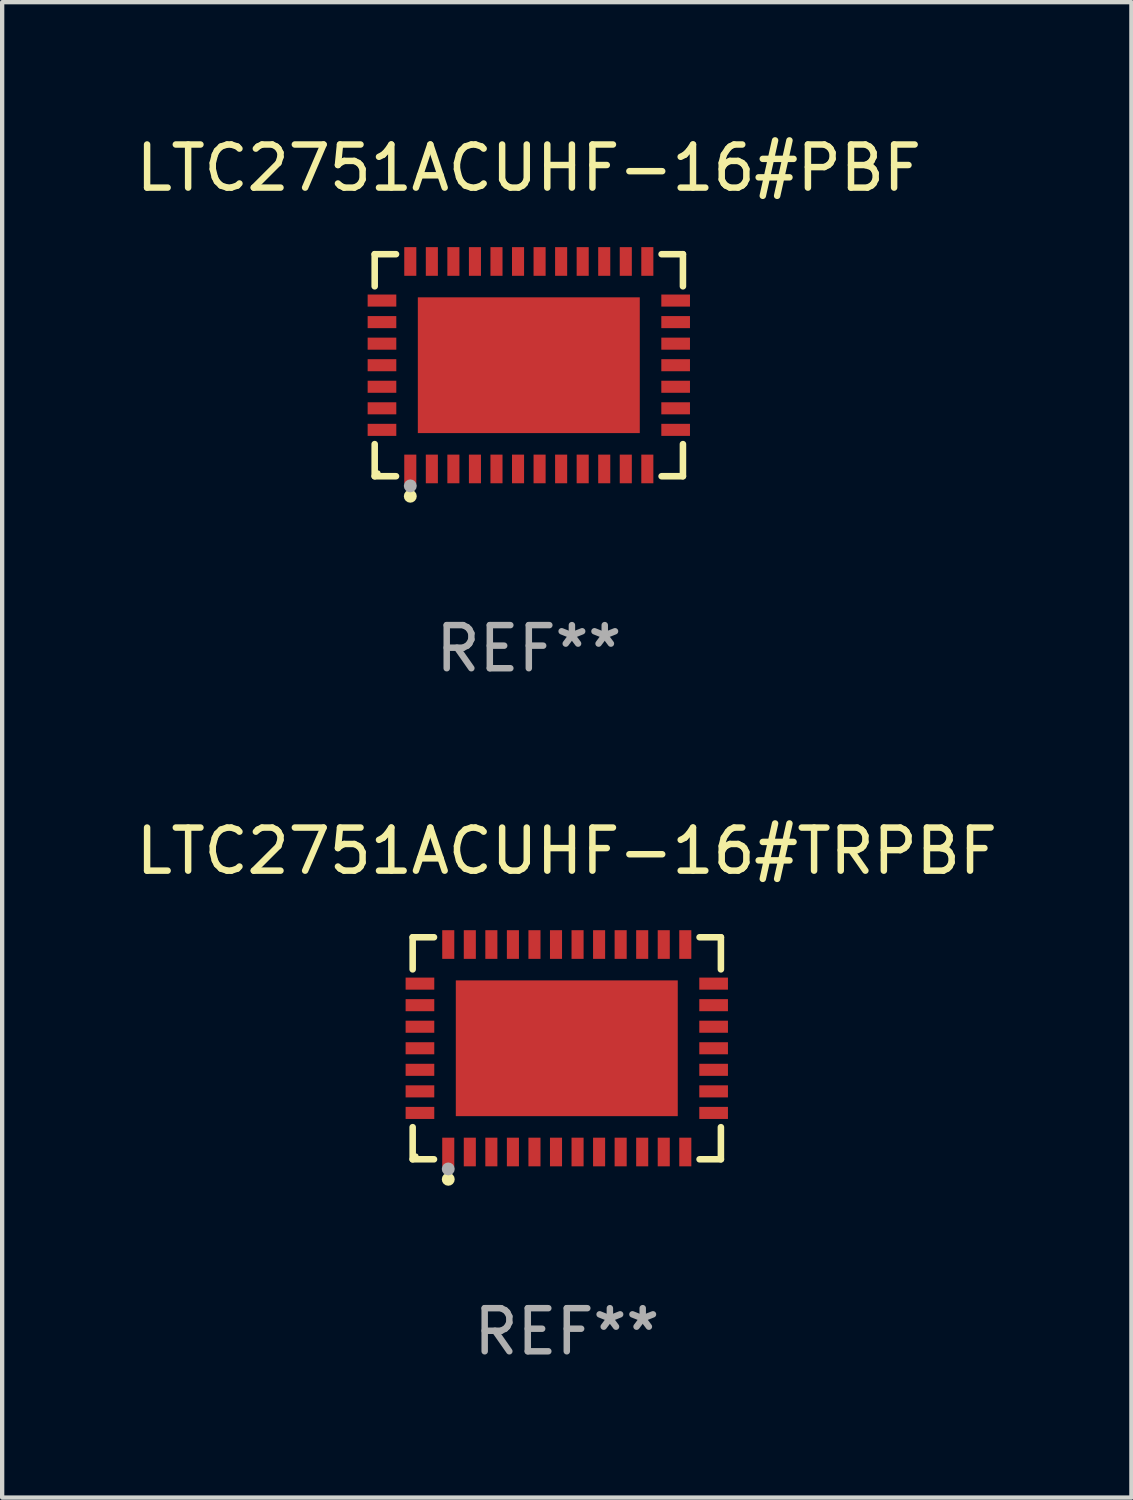
<source format=kicad_pcb>
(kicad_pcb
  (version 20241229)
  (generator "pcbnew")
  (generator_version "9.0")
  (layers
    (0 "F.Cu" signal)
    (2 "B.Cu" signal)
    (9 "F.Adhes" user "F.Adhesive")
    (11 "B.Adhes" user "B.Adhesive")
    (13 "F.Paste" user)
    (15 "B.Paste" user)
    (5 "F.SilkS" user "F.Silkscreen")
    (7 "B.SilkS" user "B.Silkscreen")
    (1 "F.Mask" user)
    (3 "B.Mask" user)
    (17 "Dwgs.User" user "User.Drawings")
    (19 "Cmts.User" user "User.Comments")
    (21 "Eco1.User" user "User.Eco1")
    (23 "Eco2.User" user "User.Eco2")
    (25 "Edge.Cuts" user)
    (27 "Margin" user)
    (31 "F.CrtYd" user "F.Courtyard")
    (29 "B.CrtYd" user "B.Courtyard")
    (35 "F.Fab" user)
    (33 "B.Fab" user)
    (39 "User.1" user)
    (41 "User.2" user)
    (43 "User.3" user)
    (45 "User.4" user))
  (footprint "LTC2751ACUHF-16#PBF"
    (layer "F.Cu")
    (at 9.22 5.424)
    (property "Reference" "LTC2751ACUHF-16#PBF" (at 0 -4.576 0) (layer "F.SilkS") (effects (font (size 1 1) (thickness 0.15))))
    (attr through_hole)
    (fp_line (start -3.576 -2.576) (end -3.081 -2.576) (stroke (width 0.152) (type solid)) (layer "F.SilkS"))
    (fp_line (start -3.576 -1.831) (end -3.576 -2.576) (stroke (width 0.152) (type solid)) (layer "F.SilkS"))
    (fp_line (start -3.576 1.831) (end -3.576 2.576) (stroke (width 0.152) (type solid)) (layer "F.SilkS"))
    (fp_line (start -3.576 2.576) (end -3.081 2.576) (stroke (width 0.152) (type solid)) (layer "F.SilkS"))
    (fp_line (start 3.576 -2.576) (end 3.081 -2.576) (stroke (width 0.152) (type solid)) (layer "F.SilkS"))
    (fp_line (start 3.576 -1.831) (end 3.576 -2.576) (stroke (width 0.152) (type solid)) (layer "F.SilkS"))
    (fp_line (start 3.576 1.831) (end 3.576 2.576) (stroke (width 0.152) (type solid)) (layer "F.SilkS"))
    (fp_line (start 3.576 2.576) (end 3.081 2.576) (stroke (width 0.152) (type solid)) (layer "F.SilkS"))
    (fp_circle (center -3.5 2.5) (end -3.47 2.5) (stroke (width 0.06) (type solid)) (fill no) (layer "F.SilkS"))
    (fp_circle (center -2.75 3.04) (end -2.675 3.04) (stroke (width 0.15) (type solid)) (fill no) (layer "F.SilkS"))
    (fp_circle (center -2.75 2.8) (end -2.675 2.8) (stroke (width 0.15) (type solid)) (fill no) (layer "F.Fab"))
    (fp_text user "REF**" (at 0 6.576 0) (layer "F.Fab") (effects (font (size 1 1) (thickness 0.15))))
    (pad "1" smd rect (at -2.75 2.407) (size 0.28 0.665) (layers "F.Cu" "F.Mask" "F.Paste"))
    (pad "2" smd rect (at -2.25 2.407) (size 0.28 0.665) (layers "F.Cu" "F.Mask" "F.Paste"))
    (pad "3" smd rect (at -1.75 2.407) (size 0.28 0.665) (layers "F.Cu" "F.Mask" "F.Paste"))
    (pad "4" smd rect (at -1.25 2.407) (size 0.28 0.665) (layers "F.Cu" "F.Mask" "F.Paste"))
    (pad "5" smd rect (at -0.75 2.407) (size 0.28 0.665) (layers "F.Cu" "F.Mask" "F.Paste"))
    (pad "6" smd rect (at -0.25 2.407) (size 0.28 0.665) (layers "F.Cu" "F.Mask" "F.Paste"))
    (pad "7" smd rect (at 0.25 2.407) (size 0.28 0.665) (layers "F.Cu" "F.Mask" "F.Paste"))
    (pad "8" smd rect (at 0.75 2.407) (size 0.28 0.665) (layers "F.Cu" "F.Mask" "F.Paste"))
    (pad "9" smd rect (at 1.25 2.407) (size 0.28 0.665) (layers "F.Cu" "F.Mask" "F.Paste"))
    (pad "10" smd rect (at 1.75 2.407) (size 0.28 0.665) (layers "F.Cu" "F.Mask" "F.Paste"))
    (pad "11" smd rect (at 2.25 2.407) (size 0.28 0.665) (layers "F.Cu" "F.Mask" "F.Paste"))
    (pad "12" smd rect (at 2.75 2.407) (size 0.28 0.665) (layers "F.Cu" "F.Mask" "F.Paste"))
    (pad "13" smd rect (at 3.407 1.5) (size 0.665 0.28) (layers "F.Cu" "F.Mask" "F.Paste"))
    (pad "14" smd rect (at 3.407 1) (size 0.665 0.28) (layers "F.Cu" "F.Mask" "F.Paste"))
    (pad "15" smd rect (at 3.407 0.5) (size 0.665 0.28) (layers "F.Cu" "F.Mask" "F.Paste"))
    (pad "16" smd rect (at 3.407 0) (size 0.665 0.28) (layers "F.Cu" "F.Mask" "F.Paste"))
    (pad "17" smd rect (at 3.407 -0.5) (size 0.665 0.28) (layers "F.Cu" "F.Mask" "F.Paste"))
    (pad "18" smd rect (at 3.407 -1) (size 0.665 0.28) (layers "F.Cu" "F.Mask" "F.Paste"))
    (pad "19" smd rect (at 3.407 -1.5) (size 0.665 0.28) (layers "F.Cu" "F.Mask" "F.Paste"))
    (pad "20" smd rect (at 2.75 -2.407) (size 0.28 0.665) (layers "F.Cu" "F.Mask" "F.Paste"))
    (pad "21" smd rect (at 2.25 -2.407) (size 0.28 0.665) (layers "F.Cu" "F.Mask" "F.Paste"))
    (pad "22" smd rect (at 1.75 -2.407) (size 0.28 0.665) (layers "F.Cu" "F.Mask" "F.Paste"))
    (pad "23" smd rect (at 1.25 -2.407) (size 0.28 0.665) (layers "F.Cu" "F.Mask" "F.Paste"))
    (pad "24" smd rect (at 0.75 -2.407) (size 0.28 0.665) (layers "F.Cu" "F.Mask" "F.Paste"))
    (pad "25" smd rect (at 0.25 -2.407) (size 0.28 0.665) (layers "F.Cu" "F.Mask" "F.Paste"))
    (pad "26" smd rect (at -0.25 -2.407) (size 0.28 0.665) (layers "F.Cu" "F.Mask" "F.Paste"))
    (pad "27" smd rect (at -0.75 -2.407) (size 0.28 0.665) (layers "F.Cu" "F.Mask" "F.Paste"))
    (pad "28" smd rect (at -1.25 -2.407) (size 0.28 0.665) (layers "F.Cu" "F.Mask" "F.Paste"))
    (pad "29" smd rect (at -1.75 -2.407) (size 0.28 0.665) (layers "F.Cu" "F.Mask" "F.Paste"))
    (pad "30" smd rect (at -2.25 -2.407) (size 0.28 0.665) (layers "F.Cu" "F.Mask" "F.Paste"))
    (pad "31" smd rect (at -2.75 -2.407) (size 0.28 0.665) (layers "F.Cu" "F.Mask" "F.Paste"))
    (pad "32" smd rect (at -3.407 -1.5) (size 0.665 0.28) (layers "F.Cu" "F.Mask" "F.Paste"))
    (pad "33" smd rect (at -3.407 -1) (size 0.665 0.28) (layers "F.Cu" "F.Mask" "F.Paste"))
    (pad "34" smd rect (at -3.407 -0.5) (size 0.665 0.28) (layers "F.Cu" "F.Mask" "F.Paste"))
    (pad "35" smd rect (at -3.407 0) (size 0.665 0.28) (layers "F.Cu" "F.Mask" "F.Paste"))
    (pad "36" smd rect (at -3.407 0.5) (size 0.665 0.28) (layers "F.Cu" "F.Mask" "F.Paste"))
    (pad "37" smd rect (at -3.407 1) (size 0.665 0.28) (layers "F.Cu" "F.Mask" "F.Paste"))
    (pad "38" smd rect (at -3.407 1.5) (size 0.665 0.28) (layers "F.Cu" "F.Mask" "F.Paste"))
    (pad "39" smd rect (at 0 0) (size 5.15 3.15) (layers "F.Cu" "F.Mask" "F.Paste")))
  (footprint "LTC2751ACUHF-16#TRPBF"
    (layer "F.Cu")
    (at 10.101 21.273)
    (property "Reference" "LTC2751ACUHF-16#TRPBF" (at 0 -4.576 0) (layer "F.SilkS") (effects (font (size 1 1) (thickness 0.15))))
    (attr through_hole)
    (fp_line (start -3.576 -2.576) (end -3.081 -2.576) (stroke (width 0.152) (type solid)) (layer "F.SilkS"))
    (fp_line (start -3.576 -1.831) (end -3.576 -2.576) (stroke (width 0.152) (type solid)) (layer "F.SilkS"))
    (fp_line (start -3.576 1.831) (end -3.576 2.576) (stroke (width 0.152) (type solid)) (layer "F.SilkS"))
    (fp_line (start -3.576 2.576) (end -3.081 2.576) (stroke (width 0.152) (type solid)) (layer "F.SilkS"))
    (fp_line (start 3.576 -2.576) (end 3.081 -2.576) (stroke (width 0.152) (type solid)) (layer "F.SilkS"))
    (fp_line (start 3.576 -1.831) (end 3.576 -2.576) (stroke (width 0.152) (type solid)) (layer "F.SilkS"))
    (fp_line (start 3.576 1.831) (end 3.576 2.576) (stroke (width 0.152) (type solid)) (layer "F.SilkS"))
    (fp_line (start 3.576 2.576) (end 3.081 2.576) (stroke (width 0.152) (type solid)) (layer "F.SilkS"))
    (fp_circle (center -3.5 2.5) (end -3.47 2.5) (stroke (width 0.06) (type solid)) (fill no) (layer "F.SilkS"))
    (fp_circle (center -2.75 3.04) (end -2.675 3.04) (stroke (width 0.15) (type solid)) (fill no) (layer "F.SilkS"))
    (fp_circle (center -2.75 2.8) (end -2.675 2.8) (stroke (width 0.15) (type solid)) (fill no) (layer "F.Fab"))
    (fp_text user "REF**" (at 0 6.576 0) (layer "F.Fab") (effects (font (size 1 1) (thickness 0.15))))
    (pad "1" smd rect (at -2.75 2.407) (size 0.28 0.665) (layers "F.Cu" "F.Mask" "F.Paste"))
    (pad "2" smd rect (at -2.25 2.407) (size 0.28 0.665) (layers "F.Cu" "F.Mask" "F.Paste"))
    (pad "3" smd rect (at -1.75 2.407) (size 0.28 0.665) (layers "F.Cu" "F.Mask" "F.Paste"))
    (pad "4" smd rect (at -1.25 2.407) (size 0.28 0.665) (layers "F.Cu" "F.Mask" "F.Paste"))
    (pad "5" smd rect (at -0.75 2.407) (size 0.28 0.665) (layers "F.Cu" "F.Mask" "F.Paste"))
    (pad "6" smd rect (at -0.25 2.407) (size 0.28 0.665) (layers "F.Cu" "F.Mask" "F.Paste"))
    (pad "7" smd rect (at 0.25 2.407) (size 0.28 0.665) (layers "F.Cu" "F.Mask" "F.Paste"))
    (pad "8" smd rect (at 0.75 2.407) (size 0.28 0.665) (layers "F.Cu" "F.Mask" "F.Paste"))
    (pad "9" smd rect (at 1.25 2.407) (size 0.28 0.665) (layers "F.Cu" "F.Mask" "F.Paste"))
    (pad "10" smd rect (at 1.75 2.407) (size 0.28 0.665) (layers "F.Cu" "F.Mask" "F.Paste"))
    (pad "11" smd rect (at 2.25 2.407) (size 0.28 0.665) (layers "F.Cu" "F.Mask" "F.Paste"))
    (pad "12" smd rect (at 2.75 2.407) (size 0.28 0.665) (layers "F.Cu" "F.Mask" "F.Paste"))
    (pad "13" smd rect (at 3.407 1.5) (size 0.665 0.28) (layers "F.Cu" "F.Mask" "F.Paste"))
    (pad "14" smd rect (at 3.407 1) (size 0.665 0.28) (layers "F.Cu" "F.Mask" "F.Paste"))
    (pad "15" smd rect (at 3.407 0.5) (size 0.665 0.28) (layers "F.Cu" "F.Mask" "F.Paste"))
    (pad "16" smd rect (at 3.407 0) (size 0.665 0.28) (layers "F.Cu" "F.Mask" "F.Paste"))
    (pad "17" smd rect (at 3.407 -0.5) (size 0.665 0.28) (layers "F.Cu" "F.Mask" "F.Paste"))
    (pad "18" smd rect (at 3.407 -1) (size 0.665 0.28) (layers "F.Cu" "F.Mask" "F.Paste"))
    (pad "19" smd rect (at 3.407 -1.5) (size 0.665 0.28) (layers "F.Cu" "F.Mask" "F.Paste"))
    (pad "20" smd rect (at 2.75 -2.407) (size 0.28 0.665) (layers "F.Cu" "F.Mask" "F.Paste"))
    (pad "21" smd rect (at 2.25 -2.407) (size 0.28 0.665) (layers "F.Cu" "F.Mask" "F.Paste"))
    (pad "22" smd rect (at 1.75 -2.407) (size 0.28 0.665) (layers "F.Cu" "F.Mask" "F.Paste"))
    (pad "23" smd rect (at 1.25 -2.407) (size 0.28 0.665) (layers "F.Cu" "F.Mask" "F.Paste"))
    (pad "24" smd rect (at 0.75 -2.407) (size 0.28 0.665) (layers "F.Cu" "F.Mask" "F.Paste"))
    (pad "25" smd rect (at 0.25 -2.407) (size 0.28 0.665) (layers "F.Cu" "F.Mask" "F.Paste"))
    (pad "26" smd rect (at -0.25 -2.407) (size 0.28 0.665) (layers "F.Cu" "F.Mask" "F.Paste"))
    (pad "27" smd rect (at -0.75 -2.407) (size 0.28 0.665) (layers "F.Cu" "F.Mask" "F.Paste"))
    (pad "28" smd rect (at -1.25 -2.407) (size 0.28 0.665) (layers "F.Cu" "F.Mask" "F.Paste"))
    (pad "29" smd rect (at -1.75 -2.407) (size 0.28 0.665) (layers "F.Cu" "F.Mask" "F.Paste"))
    (pad "30" smd rect (at -2.25 -2.407) (size 0.28 0.665) (layers "F.Cu" "F.Mask" "F.Paste"))
    (pad "31" smd rect (at -2.75 -2.407) (size 0.28 0.665) (layers "F.Cu" "F.Mask" "F.Paste"))
    (pad "32" smd rect (at -3.407 -1.5) (size 0.665 0.28) (layers "F.Cu" "F.Mask" "F.Paste"))
    (pad "33" smd rect (at -3.407 -1) (size 0.665 0.28) (layers "F.Cu" "F.Mask" "F.Paste"))
    (pad "34" smd rect (at -3.407 -0.5) (size 0.665 0.28) (layers "F.Cu" "F.Mask" "F.Paste"))
    (pad "35" smd rect (at -3.407 0) (size 0.665 0.28) (layers "F.Cu" "F.Mask" "F.Paste"))
    (pad "36" smd rect (at -3.407 0.5) (size 0.665 0.28) (layers "F.Cu" "F.Mask" "F.Paste"))
    (pad "37" smd rect (at -3.407 1) (size 0.665 0.28) (layers "F.Cu" "F.Mask" "F.Paste"))
    (pad "38" smd rect (at -3.407 1.5) (size 0.665 0.28) (layers "F.Cu" "F.Mask" "F.Paste"))
    (pad "39" smd rect (at 0 0) (size 5.15 3.15) (layers "F.Cu" "F.Mask" "F.Paste")))
  (gr_rect
    (start -3 -3)
    (end 23.202 31.698)
    (stroke (width 0.1) (type default))
    (fill no)
    (layer "Edge.Cuts")))
</source>
